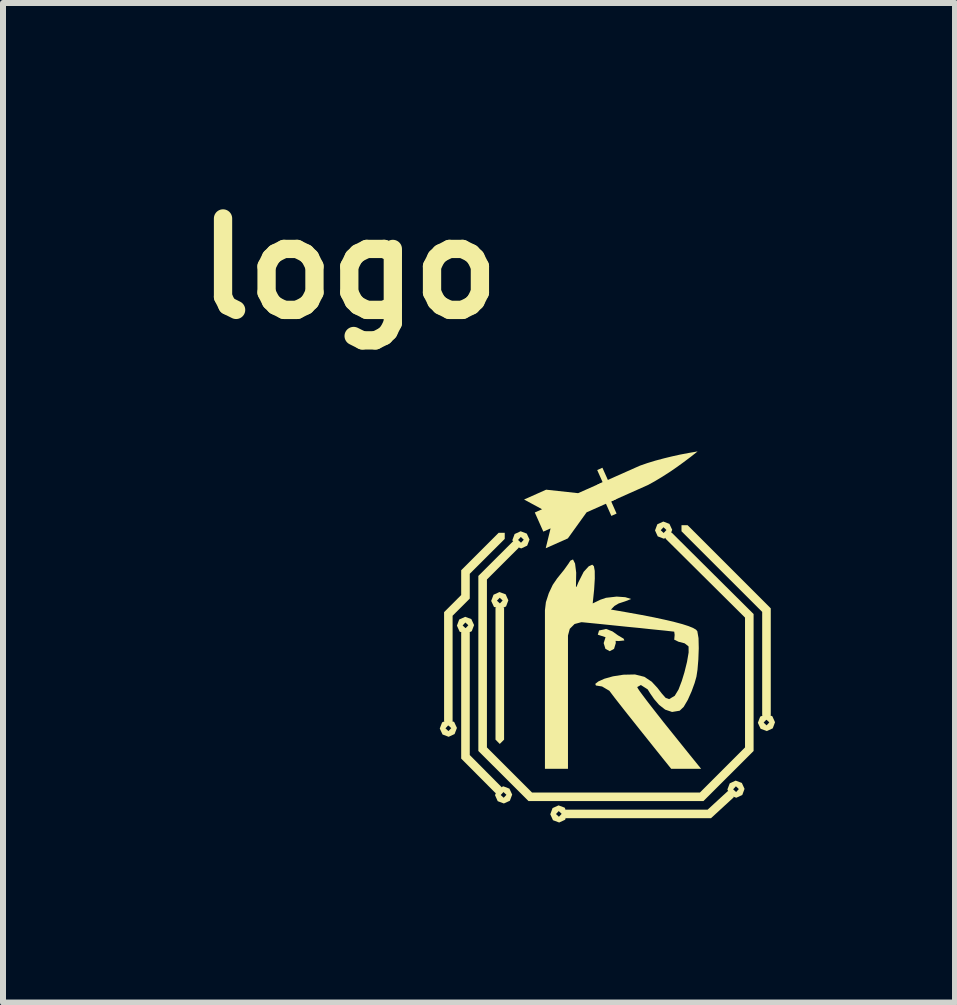
<source format=kicad_pcb>
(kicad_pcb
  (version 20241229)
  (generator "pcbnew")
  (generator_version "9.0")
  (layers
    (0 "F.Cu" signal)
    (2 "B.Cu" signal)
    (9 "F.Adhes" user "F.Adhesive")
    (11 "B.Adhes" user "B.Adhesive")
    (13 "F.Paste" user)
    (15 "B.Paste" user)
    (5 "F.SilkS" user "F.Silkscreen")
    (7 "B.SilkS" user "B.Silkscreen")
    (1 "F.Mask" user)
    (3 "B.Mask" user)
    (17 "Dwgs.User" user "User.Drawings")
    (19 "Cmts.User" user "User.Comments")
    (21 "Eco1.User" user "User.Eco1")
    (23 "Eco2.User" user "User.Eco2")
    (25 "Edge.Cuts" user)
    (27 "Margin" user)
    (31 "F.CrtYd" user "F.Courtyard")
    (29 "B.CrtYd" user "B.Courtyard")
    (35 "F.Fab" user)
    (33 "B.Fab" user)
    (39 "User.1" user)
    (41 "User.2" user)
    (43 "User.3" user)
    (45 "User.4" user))
  (footprint "logo"
    (layer "F.Cu")
    (at 2.772 3.373)
    (property "Reference" "logo" (at 0 -1.947 0) (layer "F.SilkS") (effects (font (size 1.524 1.524) (thickness 0.305))))
    (attr exclude_from_pos_files exclude_from_bom)
    (fp_poly (pts (xy 4.219 1.373) (xy 4.452 1.895) (xy 4.365 1.934) (xy 4.132 1.412) (xy 4.219 1.373)) (stroke (width 0) (type solid)) (fill yes) (layer "F.SilkS"))
    (fp_poly (pts (xy 4.223 1.615) (xy 4.365 1.934) (xy 4.455 2.137) (xy 4.368 2.176) (xy 4.136 1.654) (xy 4.223 1.615)) (stroke (width 0) (type solid)) (fill yes) (layer "F.SilkS"))
    (fp_poly (pts (xy 2.58 3.712) (xy 2.58 5.905) (xy 2.508 5.977) (xy 2.437 5.905) (xy 2.437 3.712) (xy 2.508 3.64) (xy 2.58 3.712)) (stroke (width 0) (type solid)) (fill yes) (layer "F.SilkS"))
    (fp_poly (pts (xy 2.008 4.119) (xy 2.008 6.162) (xy 2.535 6.693) (xy 2.535 6.794) (xy 2.434 6.793) (xy 1.886 6.242) (xy 1.865 6.221) (xy 1.865 4.119) (xy 1.937 4.047) (xy 2.008 4.119)) (stroke (width 0) (type solid)) (fill yes) (layer "F.SilkS"))
    (fp_poly (pts (xy 5.639 2.331) (xy 7.004 3.696) (xy 7.025 3.717) (xy 7.025 5.5) (xy 6.953 5.572) (xy 6.882 5.5) (xy 6.882 3.776) (xy 5.537 2.432) (xy 5.537 2.331) (xy 5.639 2.331)) (stroke (width 0) (type solid)) (fill yes) (layer "F.SilkS"))
    (fp_poly (pts (xy 6.41 6.767) (xy 6.406 6.868) (xy 6.049 7.196) (xy 6.029 7.215) (xy 3.612 7.215) (xy 3.541 7.144) (xy 3.612 7.072) (xy 5.973 7.072) (xy 6.309 6.763) (xy 6.41 6.767)) (stroke (width 0) (type solid)) (fill yes) (layer "F.SilkS"))
    (fp_poly (pts (xy 2.591 2.458) (xy 2.591 2.559) (xy 2.008 3.141) (xy 2.008 3.554) (xy 1.987 3.575) (xy 1.722 3.84) (xy 1.722 5.595) (xy 1.651 5.667) (xy 1.58 5.595) (xy 1.58 3.78) (xy 1.865 3.495) (xy 1.865 3.082) (xy 1.886 3.061) (xy 2.489 2.458) (xy 2.591 2.458)) (stroke (width 0) (type solid)) (fill yes) (layer "F.SilkS"))
    (fp_poly (pts (xy 1.794 5.71) (xy 1.755 5.812) (xy 1.656 5.858) (xy 1.653 5.857) (xy 1.653 5.763) (xy 1.699 5.713) (xy 1.649 5.667) (xy 1.603 5.717) (xy 1.653 5.763) (xy 1.653 5.857) (xy 1.554 5.819) (xy 1.508 5.72) (xy 1.547 5.618) (xy 1.646 5.572) (xy 1.748 5.611) (xy 1.794 5.71)) (stroke (width 0) (type solid)) (fill yes) (layer "F.SilkS"))
    (fp_poly (pts (xy 2.08 3.996) (xy 2.041 4.098) (xy 1.942 4.143) (xy 1.938 4.142) (xy 1.938 4.048) (xy 1.984 3.999) (xy 1.935 3.953) (xy 1.889 4.002) (xy 1.938 4.048) (xy 1.938 4.142) (xy 1.839 4.105) (xy 1.794 4.005) (xy 1.832 3.903) (xy 1.932 3.858) (xy 2.034 3.896) (xy 2.08 3.996)) (stroke (width 0) (type solid)) (fill yes) (layer "F.SilkS"))
    (fp_poly (pts (xy 2.651 3.583) (xy 2.613 3.685) (xy 2.513 3.731) (xy 2.51 3.729) (xy 2.51 3.635) (xy 2.556 3.586) (xy 2.507 3.54) (xy 2.461 3.589) (xy 2.51 3.635) (xy 2.51 3.729) (xy 2.411 3.692) (xy 2.365 3.593) (xy 2.404 3.49) (xy 2.503 3.445) (xy 2.606 3.483) (xy 2.651 3.583)) (stroke (width 0) (type solid)) (fill yes) (layer "F.SilkS"))
    (fp_poly (pts (xy 2.715 6.821) (xy 2.676 6.924) (xy 2.577 6.969) (xy 2.573 6.968) (xy 2.573 6.874) (xy 2.619 6.825) (xy 2.57 6.779) (xy 2.524 6.828) (xy 2.573 6.874) (xy 2.573 6.968) (xy 2.474 6.931) (xy 2.429 6.831) (xy 2.467 6.729) (xy 2.567 6.683) (xy 2.669 6.722) (xy 2.715 6.821)) (stroke (width 0) (type solid)) (fill yes) (layer "F.SilkS"))
    (fp_poly (pts (xy 3.004 2.57) (xy 2.965 2.672) (xy 2.866 2.718) (xy 2.862 2.717) (xy 2.862 2.623) (xy 2.908 2.573) (xy 2.859 2.527) (xy 2.813 2.577) (xy 2.862 2.623) (xy 2.862 2.717) (xy 2.763 2.68) (xy 2.718 2.58) (xy 2.756 2.478) (xy 2.856 2.432) (xy 2.958 2.471) (xy 3.004 2.57)) (stroke (width 0) (type solid)) (fill yes) (layer "F.SilkS"))
    (fp_poly (pts (xy 3.635 7.139) (xy 3.597 7.241) (xy 3.497 7.287) (xy 3.494 7.285) (xy 3.494 7.191) (xy 3.54 7.142) (xy 3.491 7.096) (xy 3.445 7.145) (xy 3.494 7.191) (xy 3.494 7.285) (xy 3.395 7.248) (xy 3.35 7.149) (xy 3.388 7.046) (xy 3.488 7.001) (xy 3.59 7.039) (xy 3.635 7.139)) (stroke (width 0) (type solid)) (fill yes) (layer "F.SilkS"))
    (fp_poly (pts (xy 5.382 2.408) (xy 5.343 2.51) (xy 5.244 2.556) (xy 5.24 2.555) (xy 5.24 2.461) (xy 5.286 2.411) (xy 5.237 2.365) (xy 5.191 2.415) (xy 5.24 2.461) (xy 5.24 2.555) (xy 5.141 2.517) (xy 5.096 2.418) (xy 5.134 2.316) (xy 5.234 2.27) (xy 5.336 2.309) (xy 5.382 2.408)) (stroke (width 0) (type solid)) (fill yes) (layer "F.SilkS"))
    (fp_poly (pts (xy 6.588 6.726) (xy 6.55 6.828) (xy 6.45 6.874) (xy 6.447 6.873) (xy 6.447 6.779) (xy 6.493 6.729) (xy 6.444 6.683) (xy 6.398 6.733) (xy 6.447 6.779) (xy 6.447 6.873) (xy 6.348 6.835) (xy 6.302 6.736) (xy 6.341 6.634) (xy 6.44 6.588) (xy 6.543 6.627) (xy 6.588 6.726)) (stroke (width 0) (type solid)) (fill yes) (layer "F.SilkS"))
    (fp_poly (pts (xy 7.096 5.615) (xy 7.058 5.717) (xy 6.958 5.763) (xy 6.955 5.761) (xy 6.955 5.667) (xy 7.001 5.618) (xy 6.952 5.572) (xy 6.906 5.621) (xy 6.955 5.667) (xy 6.955 5.761) (xy 6.856 5.724) (xy 6.81 5.625) (xy 6.849 5.522) (xy 6.948 5.477) (xy 7.051 5.515) (xy 7.096 5.615)) (stroke (width 0) (type solid)) (fill yes) (layer "F.SilkS"))
    (fp_poly (pts (xy 4.142 4.156) (xy 4.163 4.086) (xy 4.281 4.06) (xy 4.386 4.101) (xy 4.479 4.167) (xy 4.572 4.222) (xy 4.585 4.252) (xy 4.488 4.262) (xy 4.478 4.261) (xy 4.439 4.259) (xy 4.442 4.296) (xy 4.413 4.392) (xy 4.341 4.431) (xy 4.269 4.392) (xy 4.24 4.296) (xy 4.271 4.198) (xy 4.142 4.156)) (stroke (width 0) (type solid)) (fill yes) (layer "F.SilkS"))
    (fp_poly (pts (xy 5.373 2.454) (xy 6.718 3.791) (xy 6.739 3.812) (xy 6.739 6.094) (xy 5.903 6.929) (xy 2.987 6.929) (xy 2.151 6.094) (xy 2.151 3.177) (xy 2.172 3.156) (xy 2.722 2.607) (xy 2.823 2.607) (xy 2.823 2.708) (xy 2.294 3.236) (xy 2.294 6.035) (xy 3.046 6.787) (xy 5.844 6.787) (xy 6.596 6.035) (xy 6.596 3.871) (xy 5.272 2.556) (xy 5.272 2.455) (xy 5.373 2.454)) (stroke (width 0) (type solid)) (fill yes) (layer "F.SilkS"))
    (fp_poly (pts (xy 5.806 1.101) (xy 5.687 1.195) (xy 5.571 1.282) (xy 5.459 1.363) (xy 5.35 1.438) (xy 5.213 1.526) (xy 5.088 1.601) (xy 4.974 1.663) (xy 4.974 1.663) (xy 3.955 2.117) (xy 3.643 2.551) (xy 3.274 2.715) (xy 3.355 2.384) (xy 3.234 2.438) (xy 3.092 2.119) (xy 3.213 2.065) (xy 2.913 1.903) (xy 3.281 1.739) (xy 3.814 1.797) (xy 4.832 1.344) (xy 4.849 1.337) (xy 4.967 1.296) (xy 5.101 1.255) (xy 5.251 1.215) (xy 5.379 1.184) (xy 5.514 1.154) (xy 5.657 1.127) (xy 5.806 1.101)) (stroke (width 0) (type solid)) (fill yes) (layer "F.SilkS"))
    (fp_poly (pts (xy 3.686 2.921) (xy 3.729 2.902) (xy 3.763 2.97) (xy 3.782 3.122) (xy 3.778 3.352) (xy 3.786 3.362) (xy 3.818 3.283) (xy 3.906 3.109) (xy 3.991 3.016) (xy 4.05 2.989) (xy 4.077 3.015) (xy 4.091 3.092) (xy 4.092 3.222) (xy 4.081 3.403) (xy 4.057 3.635) (xy 4.185 3.573) (xy 4.279 3.541) (xy 4.456 3.521) (xy 4.601 3.531) (xy 4.698 3.561) (xy 4.598 3.6) (xy 4.491 3.635) (xy 4.42 3.677) (xy 4.361 3.737) (xy 4.626 3.783) (xy 4.865 3.826) (xy 5.076 3.867) (xy 5.261 3.907) (xy 5.418 3.944) (xy 5.549 3.979) (xy 5.652 4.012) (xy 5.729 4.043) (xy 5.779 4.072) (xy 5.801 4.098) (xy 5.821 4.214) (xy 5.825 4.382) (xy 5.818 4.569) (xy 5.804 4.739) (xy 5.786 4.856) (xy 5.756 4.962) (xy 5.706 5.099) (xy 5.643 5.241) (xy 5.574 5.359) (xy 5.507 5.423) (xy 5.38 5.444) (xy 5.265 5.405) (xy 5.164 5.326) (xy 5.08 5.229) (xy 5.016 5.136) (xy 4.973 5.067) (xy 4.86 4.995) (xy 4.799 5.029) (xy 4.812 5.054) (xy 4.841 5.098) (xy 4.888 5.162) (xy 4.951 5.246) (xy 5.031 5.35) (xy 5.128 5.474) (xy 5.241 5.618) (xy 5.372 5.781) (xy 5.519 5.964) (xy 5.683 6.168) (xy 5.864 6.391) (xy 5.365 6.391) (xy 5.217 6.207) (xy 5.08 6.036) (xy 4.954 5.878) (xy 4.838 5.733) (xy 4.734 5.602) (xy 4.64 5.484) (xy 4.557 5.379) (xy 4.485 5.287) (xy 4.424 5.209) (xy 4.374 5.143) (xy 4.335 5.091) (xy 4.213 5.019) (xy 4.111 5.003) (xy 4.1 4.976) (xy 4.15 4.936) (xy 4.252 4.89) (xy 4.395 4.85) (xy 4.568 4.823) (xy 4.762 4.819) (xy 4.918 4.858) (xy 5.04 4.939) (xy 5.135 5.041) (xy 5.21 5.138) (xy 5.273 5.209) (xy 5.331 5.23) (xy 5.424 5.175) (xy 5.488 5.069) (xy 5.542 4.927) (xy 5.586 4.783) (xy 5.629 4.61) (xy 5.656 4.452) (xy 5.655 4.352) (xy 5.59 4.3) (xy 5.489 4.274) (xy 5.416 4.239) (xy 5.423 4.159) (xy 5.416 4.106) (xy 5.393 4.103) (xy 5.34 4.097) (xy 5.26 4.088) (xy 5.15 4.077) (xy 5.012 4.063) (xy 4.845 4.045) (xy 4.649 4.026) (xy 4.424 4.003) (xy 4.171 3.977) (xy 3.889 3.949) (xy 3.867 3.948) (xy 3.755 3.978) (xy 3.675 4.058) (xy 3.645 4.17) (xy 3.645 6.391) (xy 3.261 6.391) (xy 3.261 3.748) (xy 3.277 3.614) (xy 3.325 3.465) (xy 3.391 3.325) (xy 3.465 3.217) (xy 3.578 3.077) (xy 3.654 2.971) (xy 3.662 2.958) (xy 3.686 2.921)) (stroke (width 0) (type solid)) (fill yes) (layer "F.SilkS")))
  (gr_rect
    (start -3 -3)
    (end 12.868 13.66)
    (stroke (width 0.1) (type default))
    (fill no)
    (layer "Edge.Cuts")))
</source>
